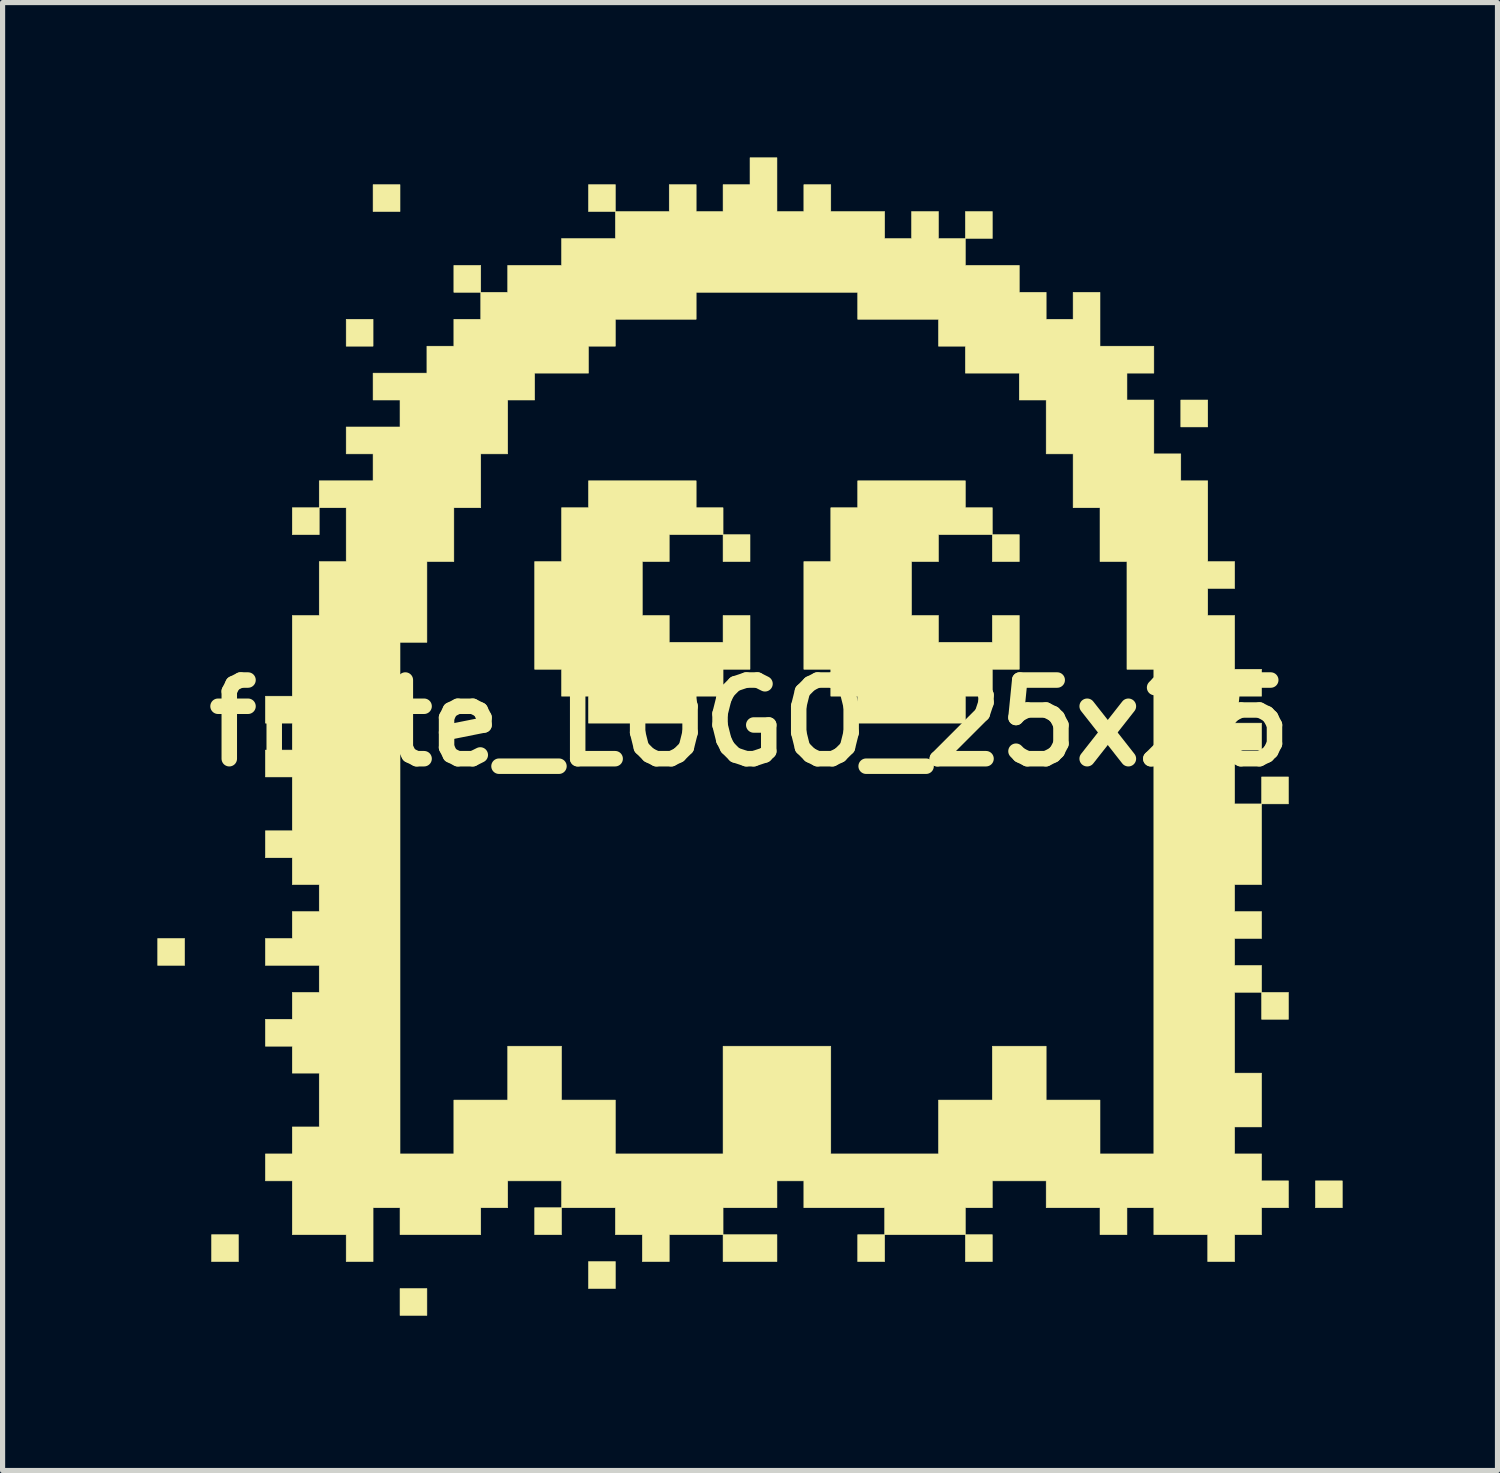
<source format=kicad_pcb>
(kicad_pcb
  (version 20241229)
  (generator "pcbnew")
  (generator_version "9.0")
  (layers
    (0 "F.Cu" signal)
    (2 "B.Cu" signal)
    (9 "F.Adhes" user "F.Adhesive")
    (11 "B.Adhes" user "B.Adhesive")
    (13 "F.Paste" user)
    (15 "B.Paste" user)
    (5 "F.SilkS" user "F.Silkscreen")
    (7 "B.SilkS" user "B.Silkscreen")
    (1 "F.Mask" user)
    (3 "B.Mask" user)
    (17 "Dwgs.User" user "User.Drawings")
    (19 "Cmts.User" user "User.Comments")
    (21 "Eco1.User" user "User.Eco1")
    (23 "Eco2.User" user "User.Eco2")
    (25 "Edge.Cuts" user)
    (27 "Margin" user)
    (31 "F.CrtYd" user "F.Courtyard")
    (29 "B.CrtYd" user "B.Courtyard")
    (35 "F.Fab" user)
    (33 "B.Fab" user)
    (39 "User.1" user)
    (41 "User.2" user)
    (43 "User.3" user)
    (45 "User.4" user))
  (footprint "fritte_LOGO_25x25"
    (layer "F.Cu")
    (at 11.479 10.958)
    (property "Reference" "fritte_LOGO_25x25" (at 0 0 0) (layer "F.SilkS") (effects (font (size 1.524 1.524) (thickness 0.3))))
    (attr through_hole)
    (fp_poly (pts (xy -10.953 4.694) (xy -11.474 4.694) (xy -11.474 4.172) (xy -10.953 4.172) (xy -10.953 4.694)) (stroke (width 0.01) (type solid)) (fill yes) (layer "F.SilkS"))
    (fp_poly (pts (xy -9.91 10.431) (xy -10.431 10.431) (xy -10.431 9.91) (xy -9.91 9.91) (xy -9.91 10.431)) (stroke (width 0.01) (type solid)) (fill yes) (layer "F.SilkS"))
    (fp_poly (pts (xy -8.345 -3.651) (xy -8.867 -3.651) (xy -8.867 -4.172) (xy -8.345 -4.172) (xy -8.345 -3.651)) (stroke (width 0.01) (type solid)) (fill yes) (layer "F.SilkS"))
    (fp_poly (pts (xy -7.302 -7.302) (xy -7.823 -7.302) (xy -7.823 -7.823) (xy -7.302 -7.823) (xy -7.302 -7.302)) (stroke (width 0.01) (type solid)) (fill yes) (layer "F.SilkS"))
    (fp_poly (pts (xy -6.78 -9.91) (xy -7.302 -9.91) (xy -7.302 -10.431) (xy -6.78 -10.431) (xy -6.78 -9.91)) (stroke (width 0.01) (type solid)) (fill yes) (layer "F.SilkS"))
    (fp_poly (pts (xy -6.259 11.474) (xy -6.78 11.474) (xy -6.78 10.953) (xy -6.259 10.953) (xy -6.259 11.474)) (stroke (width 0.01) (type solid)) (fill yes) (layer "F.SilkS"))
    (fp_poly (pts (xy -5.216 -8.345) (xy -5.737 -8.345) (xy -5.737 -8.867) (xy -5.216 -8.867) (xy -5.216 -8.345)) (stroke (width 0.01) (type solid)) (fill yes) (layer "F.SilkS"))
    (fp_poly (pts (xy -3.651 9.91) (xy -4.172 9.91) (xy -4.172 9.388) (xy -3.651 9.388) (xy -3.651 9.91)) (stroke (width 0.01) (type solid)) (fill yes) (layer "F.SilkS"))
    (fp_poly (pts (xy -2.608 -9.91) (xy -3.129 -9.91) (xy -3.129 -10.431) (xy -2.608 -10.431) (xy -2.608 -9.91)) (stroke (width 0.01) (type solid)) (fill yes) (layer "F.SilkS"))
    (fp_poly (pts (xy -2.608 10.953) (xy -3.129 10.953) (xy -3.129 10.431) (xy -2.608 10.431) (xy -2.608 10.953)) (stroke (width 0.01) (type solid)) (fill yes) (layer "F.SilkS"))
    (fp_poly (pts (xy 0 -3.129) (xy -0.522 -3.129) (xy -0.522 -3.651) (xy 0 -3.651) (xy 0 -3.129)) (stroke (width 0.01) (type solid)) (fill yes) (layer "F.SilkS"))
    (fp_poly (pts (xy 0.522 10.431) (xy -0.522 10.431) (xy -0.522 9.91) (xy 0.522 9.91) (xy 0.522 10.431)) (stroke (width 0.01) (type solid)) (fill yes) (layer "F.SilkS"))
    (fp_poly (pts (xy 2.608 10.431) (xy 2.086 10.431) (xy 2.086 9.91) (xy 2.608 9.91) (xy 2.608 10.431)) (stroke (width 0.01) (type solid)) (fill yes) (layer "F.SilkS"))
    (fp_poly (pts (xy 4.694 -9.388) (xy 4.172 -9.388) (xy 4.172 -9.91) (xy 4.694 -9.91) (xy 4.694 -9.388)) (stroke (width 0.01) (type solid)) (fill yes) (layer "F.SilkS"))
    (fp_poly (pts (xy 4.694 10.431) (xy 4.172 10.431) (xy 4.172 9.91) (xy 4.694 9.91) (xy 4.694 10.431)) (stroke (width 0.01) (type solid)) (fill yes) (layer "F.SilkS"))
    (fp_poly (pts (xy 5.216 -3.129) (xy 4.694 -3.129) (xy 4.694 -3.651) (xy 5.216 -3.651) (xy 5.216 -3.129)) (stroke (width 0.01) (type solid)) (fill yes) (layer "F.SilkS"))
    (fp_poly (pts (xy 8.867 -5.737) (xy 8.345 -5.737) (xy 8.345 -6.259) (xy 8.867 -6.259) (xy 8.867 -5.737)) (stroke (width 0.01) (type solid)) (fill yes) (layer "F.SilkS"))
    (fp_poly (pts (xy 10.431 1.565) (xy 9.91 1.565) (xy 9.91 1.043) (xy 10.431 1.043) (xy 10.431 1.565)) (stroke (width 0.01) (type solid)) (fill yes) (layer "F.SilkS"))
    (fp_poly (pts (xy 10.431 5.737) (xy 9.91 5.737) (xy 9.91 5.216) (xy 10.431 5.216) (xy 10.431 5.737)) (stroke (width 0.01) (type solid)) (fill yes) (layer "F.SilkS"))
    (fp_poly (pts (xy 11.474 9.388) (xy 10.953 9.388) (xy 10.953 8.867) (xy 11.474 8.867) (xy 11.474 9.388)) (stroke (width 0.01) (type solid)) (fill yes) (layer "F.SilkS"))
    (fp_poly (pts (xy -1.043 -4.172) (xy -0.522 -4.172) (xy -0.522 -3.651) (xy -1.565 -3.651) (xy -1.565 -3.129) (xy -2.086 -3.129) (xy -2.086 -2.086) (xy -1.565 -2.086) (xy -1.565 -1.565) (xy -0.522 -1.565) (xy -0.522 -2.086) (xy 0 -2.086) (xy 0 -1.043) (xy -0.522 -1.043) (xy -0.522 -0.522) (xy -1.043 -0.522) (xy -1.043 0) (xy -3.129 0) (xy -3.129 -0.522) (xy -3.651 -0.522) (xy -3.651 -1.043) (xy -4.172 -1.043) (xy -4.172 -3.129) (xy -3.651 -3.129) (xy -3.651 -4.172) (xy -3.129 -4.172) (xy -3.129 -4.694) (xy -1.043 -4.694) (xy -1.043 -4.172)) (stroke (width 0.01) (type solid)) (fill yes) (layer "F.SilkS"))
    (fp_poly (pts (xy 4.172 -4.172) (xy 4.694 -4.172) (xy 4.694 -3.651) (xy 3.651 -3.651) (xy 3.651 -3.129) (xy 3.129 -3.129) (xy 3.129 -2.086) (xy 3.651 -2.086) (xy 3.651 -1.565) (xy 4.694 -1.565) (xy 4.694 -2.086) (xy 5.216 -2.086) (xy 5.216 -1.043) (xy 4.694 -1.043) (xy 4.694 -0.522) (xy 4.172 -0.522) (xy 4.172 0) (xy 2.086 0) (xy 2.086 -0.522) (xy 1.565 -0.522) (xy 1.565 -1.043) (xy 1.043 -1.043) (xy 1.043 -3.129) (xy 1.565 -3.129) (xy 1.565 -4.172) (xy 2.086 -4.172) (xy 2.086 -4.694) (xy 4.172 -4.694) (xy 4.172 -4.172)) (stroke (width 0.01) (type solid)) (fill yes) (layer "F.SilkS"))
    (fp_poly (pts (xy -8.345 -4.694) (xy -7.302 -4.694) (xy -7.302 -5.216) (xy -7.823 -5.216) (xy -7.823 -5.737) (xy -6.78 -5.737) (xy -6.78 -6.259) (xy -7.302 -6.259) (xy -7.302 -6.78) (xy -6.259 -6.78) (xy -6.259 -7.302) (xy -5.737 -7.302) (xy -5.737 -7.823) (xy -5.216 -7.823) (xy -5.216 -8.345) (xy -4.694 -8.345) (xy -4.694 -8.867) (xy -3.651 -8.867) (xy -3.651 -9.388) (xy -2.608 -9.388) (xy -2.608 -9.91) (xy -1.565 -9.91) (xy -1.565 -10.431) (xy -1.043 -10.431) (xy -1.043 -9.91) (xy -0.522 -9.91) (xy -0.522 -10.431) (xy 0 -10.431) (xy 0 -10.953) (xy 0.522 -10.953) (xy 0.522 -9.91) (xy 1.043 -9.91) (xy 1.043 -10.431) (xy 1.565 -10.431) (xy 1.565 -9.91) (xy 2.608 -9.91) (xy 2.608 -9.388) (xy 3.129 -9.388) (xy 3.129 -9.91) (xy 3.651 -9.91) (xy 3.651 -9.388) (xy 4.172 -9.388) (xy 4.172 -8.867) (xy 5.216 -8.867) (xy 5.216 -8.345) (xy 5.737 -8.345) (xy 5.737 -7.823) (xy 6.259 -7.823) (xy 6.259 -8.345) (xy 6.78 -8.345) (xy 6.78 -7.302) (xy 7.823 -7.302) (xy 7.823 -6.78) (xy 7.302 -6.78) (xy 7.302 -6.259) (xy 7.823 -6.259) (xy 7.823 -5.216) (xy 8.345 -5.216) (xy 8.345 -4.694) (xy 8.867 -4.694) (xy 8.867 -3.129) (xy 9.388 -3.129) (xy 9.388 -2.608) (xy 8.867 -2.608) (xy 8.867 -2.086) (xy 9.388 -2.086) (xy 9.388 -1.043) (xy 9.91 -1.043) (xy 9.91 -0.522) (xy 9.388 -0.522) (xy 9.388 0) (xy 9.91 0) (xy 9.91 0.522) (xy 9.388 0.522) (xy 9.388 1.565) (xy 9.91 1.565) (xy 9.91 3.129) (xy 9.388 3.129) (xy 9.388 3.651) (xy 9.91 3.651) (xy 9.91 4.172) (xy 9.388 4.172) (xy 9.388 4.694) (xy 9.91 4.694) (xy 9.91 5.216) (xy 9.388 5.216) (xy 9.388 6.78) (xy 9.91 6.78) (xy 9.91 7.823) (xy 9.388 7.823) (xy 9.388 8.345) (xy 9.91 8.345) (xy 9.91 8.867) (xy 10.431 8.867) (xy 10.431 9.388) (xy 9.91 9.388) (xy 9.91 9.91) (xy 9.388 9.91) (xy 9.388 10.431) (xy 8.867 10.431) (xy 8.867 9.91) (xy 7.823 9.91) (xy 7.823 9.388) (xy 7.302 9.388) (xy 7.302 9.91) (xy 6.78 9.91) (xy 6.78 9.388) (xy 5.737 9.388) (xy 5.737 8.867) (xy 4.694 8.867) (xy 4.694 9.388) (xy 4.172 9.388) (xy 4.172 9.91) (xy 2.608 9.91) (xy 2.608 9.388) (xy 1.043 9.388) (xy 1.043 8.867) (xy 0.522 8.867) (xy 0.522 9.388) (xy -0.522 9.388) (xy -0.522 9.91) (xy -1.565 9.91) (xy -1.565 10.431) (xy -2.086 10.431) (xy -2.086 9.91) (xy -2.608 9.91) (xy -2.608 9.388) (xy -3.651 9.388) (xy -3.651 8.867) (xy -4.694 8.867) (xy -4.694 9.388) (xy -5.216 9.388) (xy -5.216 9.91) (xy -6.78 9.91) (xy -6.78 9.388) (xy -7.302 9.388) (xy -7.302 10.431) (xy -7.823 10.431) (xy -7.823 9.91) (xy -8.867 9.91) (xy -8.867 8.867) (xy -9.388 8.867) (xy -9.388 8.345) (xy -8.867 8.345) (xy -8.867 7.823) (xy -8.345 7.823) (xy -8.345 6.78) (xy -8.867 6.78) (xy -8.867 6.259) (xy -9.388 6.259) (xy -9.388 5.737) (xy -8.867 5.737) (xy -8.867 5.216) (xy -8.345 5.216) (xy -8.345 4.694) (xy -9.388 4.694) (xy -9.388 4.172) (xy -8.867 4.172) (xy -8.867 3.651) (xy -8.345 3.651) (xy -8.345 3.129) (xy -8.867 3.129) (xy -8.867 2.608) (xy -9.388 2.608) (xy -9.388 2.086) (xy -8.867 2.086) (xy -8.867 1.043) (xy -9.388 1.043) (xy -9.388 0.522) (xy -8.867 0.522) (xy -8.867 0) (xy -9.388 0) (xy -9.388 -0.522) (xy -8.867 -0.522) (xy -8.867 -1.565) (xy -6.78 -1.565) (xy -6.78 8.345) (xy -5.737 8.345) (xy -5.737 7.302) (xy -4.694 7.302) (xy -4.694 6.259) (xy -3.651 6.259) (xy -3.651 7.302) (xy -2.608 7.302) (xy -2.608 8.345) (xy -0.522 8.345) (xy -0.522 6.259) (xy 1.565 6.259) (xy 1.565 8.345) (xy 3.651 8.345) (xy 3.651 7.302) (xy 4.694 7.302) (xy 4.694 6.259) (xy 5.737 6.259) (xy 5.737 7.302) (xy 6.78 7.302) (xy 6.78 8.345) (xy 7.823 8.345) (xy 7.823 -1.043) (xy 7.302 -1.043) (xy 7.302 -3.129) (xy 6.78 -3.129) (xy 6.78 -4.172) (xy 6.259 -4.172) (xy 6.259 -5.216) (xy 5.737 -5.216) (xy 5.737 -6.259) (xy 5.216 -6.259) (xy 5.216 -6.78) (xy 4.172 -6.78) (xy 4.172 -7.302) (xy 3.651 -7.302) (xy 3.651 -7.823) (xy 2.086 -7.823) (xy 2.086 -8.345) (xy -1.043 -8.345) (xy -1.043 -7.823) (xy -2.608 -7.823) (xy -2.608 -7.302) (xy -3.129 -7.302) (xy -3.129 -6.78) (xy -4.172 -6.78) (xy -4.172 -6.259) (xy -4.694 -6.259) (xy -4.694 -5.216) (xy -5.216 -5.216) (xy -5.216 -4.172) (xy -5.737 -4.172) (xy -5.737 -3.129) (xy -6.259 -3.129) (xy -6.259 -1.565) (xy -6.78 -1.565) (xy -8.867 -1.565) (xy -8.867 -2.086) (xy -8.345 -2.086) (xy -8.345 -3.129) (xy -7.823 -3.129) (xy -7.823 -4.172) (xy -8.345 -4.172) (xy -8.345 -4.694)) (stroke (width 0.01) (type solid)) (fill yes) (layer "F.SilkS")))
  (gr_rect
    (start -3 -3)
    (end 25.959 25.437)
    (stroke (width 0.1) (type default))
    (fill no)
    (layer "Edge.Cuts")))
</source>
